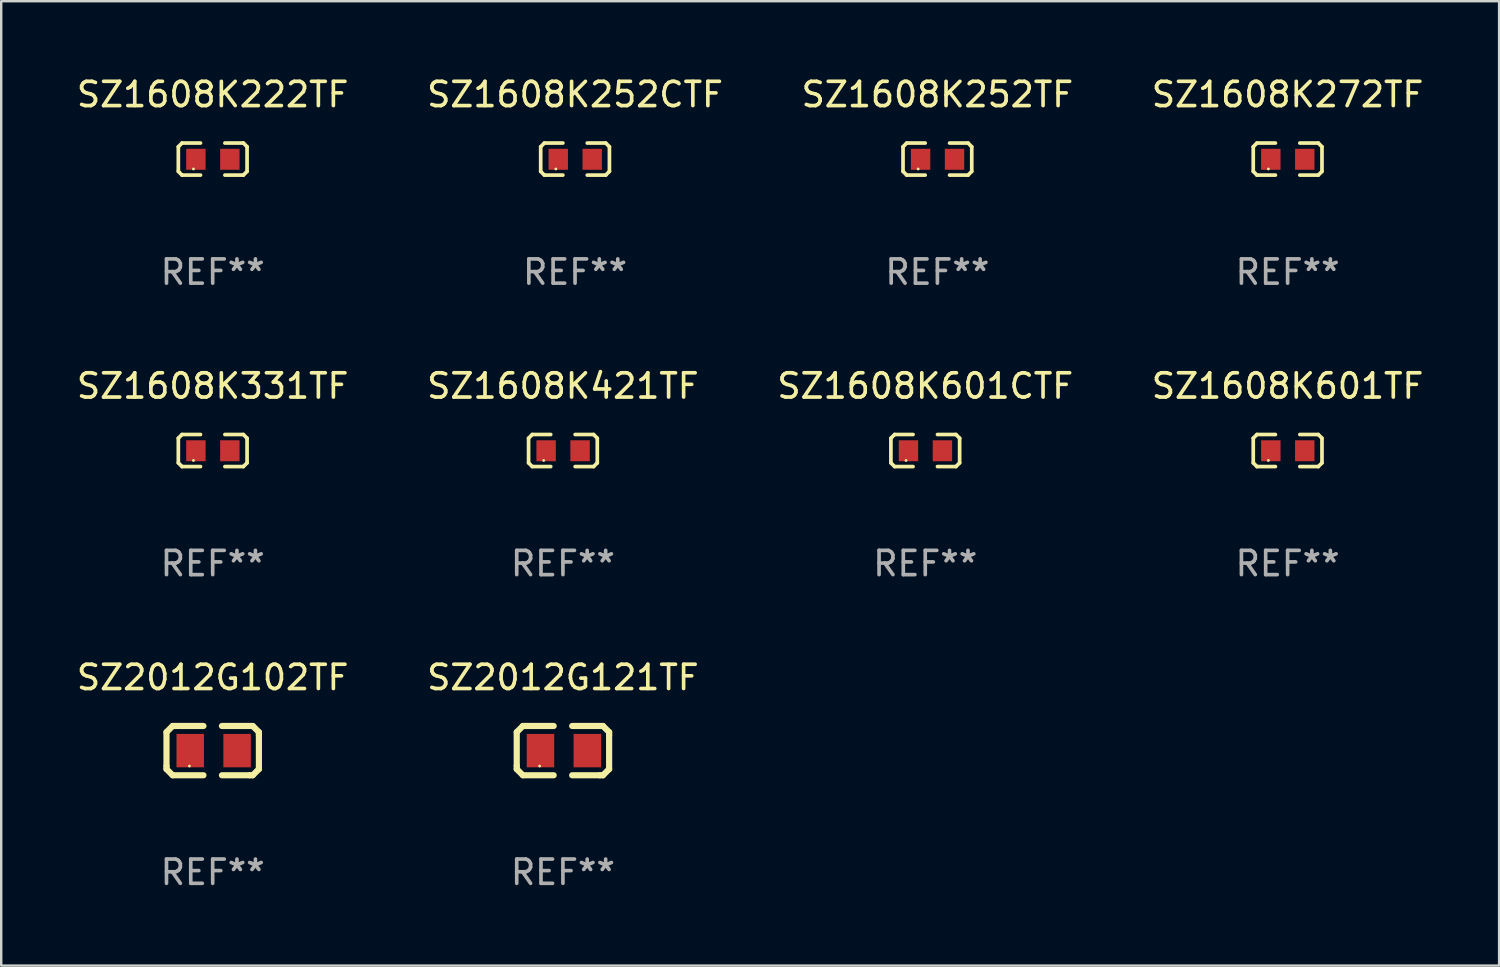
<source format=kicad_pcb>
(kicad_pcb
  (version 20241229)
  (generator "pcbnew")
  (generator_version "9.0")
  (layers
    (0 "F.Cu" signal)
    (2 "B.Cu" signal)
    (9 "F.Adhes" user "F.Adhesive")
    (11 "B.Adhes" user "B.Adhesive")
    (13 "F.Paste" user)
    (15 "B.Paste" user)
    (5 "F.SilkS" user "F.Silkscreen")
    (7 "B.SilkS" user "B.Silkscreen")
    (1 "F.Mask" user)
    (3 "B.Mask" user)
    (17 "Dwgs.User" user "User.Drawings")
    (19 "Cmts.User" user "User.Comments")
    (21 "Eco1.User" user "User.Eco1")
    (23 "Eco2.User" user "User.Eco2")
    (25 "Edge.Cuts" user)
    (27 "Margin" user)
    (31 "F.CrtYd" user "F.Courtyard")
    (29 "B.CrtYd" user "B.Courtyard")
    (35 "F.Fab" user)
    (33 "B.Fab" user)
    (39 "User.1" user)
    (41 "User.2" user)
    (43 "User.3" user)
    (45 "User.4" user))
  (footprint "SZ1608K222TF"
    (layer "F.Cu")
    (at 5.72 3.509)
    (property "Reference" "SZ1608K222TF" (at 0 -2.661 0) (layer "F.SilkS") (effects (font (size 1 1) (thickness 0.15))))
    (attr through_hole)
    (fp_line (start -1.417 -0.508) (end -1.265 -0.661) (stroke (width 0.152) (type solid)) (layer "F.SilkS"))
    (fp_line (start -1.417 0.508) (end -1.417 -0.508) (stroke (width 0.152) (type solid)) (layer "F.SilkS"))
    (fp_line (start -1.265 -0.661) (end -0.503 -0.661) (stroke (width 0.152) (type solid)) (layer "F.SilkS"))
    (fp_line (start -1.265 0.661) (end -1.417 0.508) (stroke (width 0.152) (type solid)) (layer "F.SilkS"))
    (fp_line (start -1.265 0.661) (end -0.503 0.661) (stroke (width 0.152) (type solid)) (layer "F.SilkS"))
    (fp_line (start 1.265 -0.661) (end 0.503 -0.661) (stroke (width 0.152) (type solid)) (layer "F.SilkS"))
    (fp_line (start 1.265 -0.661) (end 1.417 -0.508) (stroke (width 0.152) (type solid)) (layer "F.SilkS"))
    (fp_line (start 1.265 0.661) (end 0.503 0.661) (stroke (width 0.152) (type solid)) (layer "F.SilkS"))
    (fp_line (start 1.417 -0.508) (end 1.417 0.508) (stroke (width 0.152) (type solid)) (layer "F.SilkS"))
    (fp_line (start 1.417 0.508) (end 1.265 0.661) (stroke (width 0.152) (type solid)) (layer "F.SilkS"))
    (fp_circle (center -0.793 0.409) (end -0.763 0.409) (stroke (width 0.06) (type solid)) (fill no) (layer "F.SilkS"))
    (fp_text user "REF**" (at 0 4.661 0) (layer "F.Fab") (effects (font (size 1 1) (thickness 0.15))))
    (pad "1" smd rect (at -0.693 0.009 180) (size 0.8 0.864) (layers "F.Cu" "F.Mask" "F.Paste"))
    (pad "2" smd rect (at 0.707 0.009 180) (size 0.8 0.864) (layers "F.Cu" "F.Mask" "F.Paste")))
  (footprint "SZ1608K252TF"
    (layer "F.Cu")
    (at 35.601 3.509)
    (property "Reference" "SZ1608K252TF" (at 0 -2.661 0) (layer "F.SilkS") (effects (font (size 1 1) (thickness 0.15))))
    (attr through_hole)
    (fp_line (start -1.417 -0.508) (end -1.265 -0.661) (stroke (width 0.152) (type solid)) (layer "F.SilkS"))
    (fp_line (start -1.417 0.508) (end -1.417 -0.508) (stroke (width 0.152) (type solid)) (layer "F.SilkS"))
    (fp_line (start -1.265 -0.661) (end -0.503 -0.661) (stroke (width 0.152) (type solid)) (layer "F.SilkS"))
    (fp_line (start -1.265 0.661) (end -1.417 0.508) (stroke (width 0.152) (type solid)) (layer "F.SilkS"))
    (fp_line (start -1.265 0.661) (end -0.503 0.661) (stroke (width 0.152) (type solid)) (layer "F.SilkS"))
    (fp_line (start 1.265 -0.661) (end 0.503 -0.661) (stroke (width 0.152) (type solid)) (layer "F.SilkS"))
    (fp_line (start 1.265 -0.661) (end 1.417 -0.508) (stroke (width 0.152) (type solid)) (layer "F.SilkS"))
    (fp_line (start 1.265 0.661) (end 0.503 0.661) (stroke (width 0.152) (type solid)) (layer "F.SilkS"))
    (fp_line (start 1.417 -0.508) (end 1.417 0.508) (stroke (width 0.152) (type solid)) (layer "F.SilkS"))
    (fp_line (start 1.417 0.508) (end 1.265 0.661) (stroke (width 0.152) (type solid)) (layer "F.SilkS"))
    (fp_circle (center -0.793 0.409) (end -0.763 0.409) (stroke (width 0.06) (type solid)) (fill no) (layer "F.SilkS"))
    (fp_text user "REF**" (at 0 4.661 0) (layer "F.Fab") (effects (font (size 1 1) (thickness 0.15))))
    (pad "1" smd rect (at -0.693 0.009 180) (size 0.8 0.864) (layers "F.Cu" "F.Mask" "F.Paste"))
    (pad "2" smd rect (at 0.707 0.009 180) (size 0.8 0.864) (layers "F.Cu" "F.Mask" "F.Paste")))
  (footprint "SZ2012G102TF"
    (layer "F.Cu")
    (at 5.72 27.9)
    (property "Reference" "SZ2012G102TF" (at 0 -3.016 0) (layer "F.SilkS") (effects (font (size 1 1) (thickness 0.15))))
    (attr through_hole)
    (fp_line (start -1.905 -0.762) (end -1.905 0.635) (stroke (width 0.254) (type solid)) (layer "F.SilkS"))
    (fp_line (start -1.905 0.635) (end -1.905 0.762) (stroke (width 0.254) (type solid)) (layer "F.SilkS"))
    (fp_line (start -1.905 0.762) (end -1.651 1.016) (stroke (width 0.254) (type solid)) (layer "F.SilkS"))
    (fp_line (start -1.651 -1.016) (end -1.905 -0.762) (stroke (width 0.254) (type solid)) (layer "F.SilkS"))
    (fp_line (start -1.651 1.016) (end -0.381 1.016) (stroke (width 0.254) (type solid)) (layer "F.SilkS"))
    (fp_line (start -1.524 -1.016) (end -1.651 -1.016) (stroke (width 0.254) (type solid)) (layer "F.SilkS"))
    (fp_line (start -0.381 -1.016) (end -1.524 -1.016) (stroke (width 0.254) (type solid)) (layer "F.SilkS"))
    (fp_line (start 0.381 1.016) (end 1.524 1.016) (stroke (width 0.254) (type solid)) (layer "F.SilkS"))
    (fp_line (start 1.524 1.016) (end 1.651 1.016) (stroke (width 0.254) (type solid)) (layer "F.SilkS"))
    (fp_line (start 1.651 -1.016) (end 0.381 -1.016) (stroke (width 0.254) (type solid)) (layer "F.SilkS"))
    (fp_line (start 1.651 1.016) (end 1.905 0.762) (stroke (width 0.254) (type solid)) (layer "F.SilkS"))
    (fp_line (start 1.905 -0.762) (end 1.651 -1.016) (stroke (width 0.254) (type solid)) (layer "F.SilkS"))
    (fp_line (start 1.905 -0.635) (end 1.905 -0.762) (stroke (width 0.254) (type solid)) (layer "F.SilkS"))
    (fp_line (start 1.905 0.762) (end 1.905 -0.635) (stroke (width 0.254) (type solid)) (layer "F.SilkS"))
    (fp_circle (center -0.96 0.637) (end -0.93 0.637) (stroke (width 0.06) (type solid)) (fill no) (layer "F.SilkS"))
    (fp_text user "REF**" (at 0 5.016 0) (layer "F.Fab") (effects (font (size 1 1) (thickness 0.15))))
    (pad "1" smd rect (at -0.926 -0.000051) (size 1.133 1.377) (layers "F.Cu" "F.Mask" "F.Paste"))
    (pad "2" smd rect (at 1.006 -0.000051) (size 1.133 1.377) (layers "F.Cu" "F.Mask" "F.Paste")))
  (footprint "SZ1608K272TF"
    (layer "F.Cu")
    (at 50.042 3.509)
    (property "Reference" "SZ1608K272TF" (at 0 -2.661 0) (layer "F.SilkS") (effects (font (size 1 1) (thickness 0.15))))
    (attr through_hole)
    (fp_line (start -1.417 -0.508) (end -1.265 -0.661) (stroke (width 0.152) (type solid)) (layer "F.SilkS"))
    (fp_line (start -1.417 0.508) (end -1.417 -0.508) (stroke (width 0.152) (type solid)) (layer "F.SilkS"))
    (fp_line (start -1.265 -0.661) (end -0.503 -0.661) (stroke (width 0.152) (type solid)) (layer "F.SilkS"))
    (fp_line (start -1.265 0.661) (end -1.417 0.508) (stroke (width 0.152) (type solid)) (layer "F.SilkS"))
    (fp_line (start -1.265 0.661) (end -0.503 0.661) (stroke (width 0.152) (type solid)) (layer "F.SilkS"))
    (fp_line (start 1.265 -0.661) (end 0.503 -0.661) (stroke (width 0.152) (type solid)) (layer "F.SilkS"))
    (fp_line (start 1.265 -0.661) (end 1.417 -0.508) (stroke (width 0.152) (type solid)) (layer "F.SilkS"))
    (fp_line (start 1.265 0.661) (end 0.503 0.661) (stroke (width 0.152) (type solid)) (layer "F.SilkS"))
    (fp_line (start 1.417 -0.508) (end 1.417 0.508) (stroke (width 0.152) (type solid)) (layer "F.SilkS"))
    (fp_line (start 1.417 0.508) (end 1.265 0.661) (stroke (width 0.152) (type solid)) (layer "F.SilkS"))
    (fp_circle (center -0.793 0.409) (end -0.763 0.409) (stroke (width 0.06) (type solid)) (fill no) (layer "F.SilkS"))
    (fp_text user "REF**" (at 0 4.661 0) (layer "F.Fab") (effects (font (size 1 1) (thickness 0.15))))
    (pad "1" smd rect (at -0.693 0.009 180) (size 0.8 0.864) (layers "F.Cu" "F.Mask" "F.Paste"))
    (pad "2" smd rect (at 0.707 0.009 180) (size 0.8 0.864) (layers "F.Cu" "F.Mask" "F.Paste")))
  (footprint "SZ2012G121TF"
    (layer "F.Cu")
    (at 20.161 27.9)
    (property "Reference" "SZ2012G121TF" (at 0 -3.016 0) (layer "F.SilkS") (effects (font (size 1 1) (thickness 0.15))))
    (attr through_hole)
    (fp_line (start -1.905 -0.762) (end -1.905 0.635) (stroke (width 0.254) (type solid)) (layer "F.SilkS"))
    (fp_line (start -1.905 0.635) (end -1.905 0.762) (stroke (width 0.254) (type solid)) (layer "F.SilkS"))
    (fp_line (start -1.905 0.762) (end -1.651 1.016) (stroke (width 0.254) (type solid)) (layer "F.SilkS"))
    (fp_line (start -1.651 -1.016) (end -1.905 -0.762) (stroke (width 0.254) (type solid)) (layer "F.SilkS"))
    (fp_line (start -1.651 1.016) (end -0.381 1.016) (stroke (width 0.254) (type solid)) (layer "F.SilkS"))
    (fp_line (start -1.524 -1.016) (end -1.651 -1.016) (stroke (width 0.254) (type solid)) (layer "F.SilkS"))
    (fp_line (start -0.381 -1.016) (end -1.524 -1.016) (stroke (width 0.254) (type solid)) (layer "F.SilkS"))
    (fp_line (start 0.381 1.016) (end 1.524 1.016) (stroke (width 0.254) (type solid)) (layer "F.SilkS"))
    (fp_line (start 1.524 1.016) (end 1.651 1.016) (stroke (width 0.254) (type solid)) (layer "F.SilkS"))
    (fp_line (start 1.651 -1.016) (end 0.381 -1.016) (stroke (width 0.254) (type solid)) (layer "F.SilkS"))
    (fp_line (start 1.651 1.016) (end 1.905 0.762) (stroke (width 0.254) (type solid)) (layer "F.SilkS"))
    (fp_line (start 1.905 -0.762) (end 1.651 -1.016) (stroke (width 0.254) (type solid)) (layer "F.SilkS"))
    (fp_line (start 1.905 -0.635) (end 1.905 -0.762) (stroke (width 0.254) (type solid)) (layer "F.SilkS"))
    (fp_line (start 1.905 0.762) (end 1.905 -0.635) (stroke (width 0.254) (type solid)) (layer "F.SilkS"))
    (fp_circle (center -0.96 0.637) (end -0.93 0.637) (stroke (width 0.06) (type solid)) (fill no) (layer "F.SilkS"))
    (fp_text user "REF**" (at 0 5.016 0) (layer "F.Fab") (effects (font (size 1 1) (thickness 0.15))))
    (pad "1" smd rect (at -0.926 -0.000051) (size 1.133 1.377) (layers "F.Cu" "F.Mask" "F.Paste"))
    (pad "2" smd rect (at 1.006 -0.000051) (size 1.133 1.377) (layers "F.Cu" "F.Mask" "F.Paste")))
  (footprint "SZ1608K601TF"
    (layer "F.Cu")
    (at 50.042 15.527)
    (property "Reference" "SZ1608K601TF" (at 0 -2.661 0) (layer "F.SilkS") (effects (font (size 1 1) (thickness 0.15))))
    (attr through_hole)
    (fp_line (start -1.417 -0.508) (end -1.265 -0.661) (stroke (width 0.152) (type solid)) (layer "F.SilkS"))
    (fp_line (start -1.417 0.508) (end -1.417 -0.508) (stroke (width 0.152) (type solid)) (layer "F.SilkS"))
    (fp_line (start -1.265 -0.661) (end -0.503 -0.661) (stroke (width 0.152) (type solid)) (layer "F.SilkS"))
    (fp_line (start -1.265 0.661) (end -1.417 0.508) (stroke (width 0.152) (type solid)) (layer "F.SilkS"))
    (fp_line (start -1.265 0.661) (end -0.503 0.661) (stroke (width 0.152) (type solid)) (layer "F.SilkS"))
    (fp_line (start 1.265 -0.661) (end 0.503 -0.661) (stroke (width 0.152) (type solid)) (layer "F.SilkS"))
    (fp_line (start 1.265 -0.661) (end 1.417 -0.508) (stroke (width 0.152) (type solid)) (layer "F.SilkS"))
    (fp_line (start 1.265 0.661) (end 0.503 0.661) (stroke (width 0.152) (type solid)) (layer "F.SilkS"))
    (fp_line (start 1.417 -0.508) (end 1.417 0.508) (stroke (width 0.152) (type solid)) (layer "F.SilkS"))
    (fp_line (start 1.417 0.508) (end 1.265 0.661) (stroke (width 0.152) (type solid)) (layer "F.SilkS"))
    (fp_circle (center -0.793 0.409) (end -0.763 0.409) (stroke (width 0.06) (type solid)) (fill no) (layer "F.SilkS"))
    (fp_text user "REF**" (at 0 4.661 0) (layer "F.Fab") (effects (font (size 1 1) (thickness 0.15))))
    (pad "1" smd rect (at -0.693 0.009 180) (size 0.8 0.864) (layers "F.Cu" "F.Mask" "F.Paste"))
    (pad "2" smd rect (at 0.707 0.009 180) (size 0.8 0.864) (layers "F.Cu" "F.Mask" "F.Paste")))
  (footprint "SZ1608K421TF"
    (layer "F.Cu")
    (at 20.161 15.527)
    (property "Reference" "SZ1608K421TF" (at 0 -2.661 0) (layer "F.SilkS") (effects (font (size 1 1) (thickness 0.15))))
    (attr through_hole)
    (fp_line (start -1.417 -0.508) (end -1.265 -0.661) (stroke (width 0.152) (type solid)) (layer "F.SilkS"))
    (fp_line (start -1.417 0.508) (end -1.417 -0.508) (stroke (width 0.152) (type solid)) (layer "F.SilkS"))
    (fp_line (start -1.265 -0.661) (end -0.503 -0.661) (stroke (width 0.152) (type solid)) (layer "F.SilkS"))
    (fp_line (start -1.265 0.661) (end -1.417 0.508) (stroke (width 0.152) (type solid)) (layer "F.SilkS"))
    (fp_line (start -1.265 0.661) (end -0.503 0.661) (stroke (width 0.152) (type solid)) (layer "F.SilkS"))
    (fp_line (start 1.265 -0.661) (end 0.503 -0.661) (stroke (width 0.152) (type solid)) (layer "F.SilkS"))
    (fp_line (start 1.265 -0.661) (end 1.417 -0.508) (stroke (width 0.152) (type solid)) (layer "F.SilkS"))
    (fp_line (start 1.265 0.661) (end 0.503 0.661) (stroke (width 0.152) (type solid)) (layer "F.SilkS"))
    (fp_line (start 1.417 -0.508) (end 1.417 0.508) (stroke (width 0.152) (type solid)) (layer "F.SilkS"))
    (fp_line (start 1.417 0.508) (end 1.265 0.661) (stroke (width 0.152) (type solid)) (layer "F.SilkS"))
    (fp_circle (center -0.793 0.409) (end -0.763 0.409) (stroke (width 0.06) (type solid)) (fill no) (layer "F.SilkS"))
    (fp_text user "REF**" (at 0 4.661 0) (layer "F.Fab") (effects (font (size 1 1) (thickness 0.15))))
    (pad "1" smd rect (at -0.693 0.009 180) (size 0.8 0.864) (layers "F.Cu" "F.Mask" "F.Paste"))
    (pad "2" smd rect (at 0.707 0.009 180) (size 0.8 0.864) (layers "F.Cu" "F.Mask" "F.Paste")))
  (footprint "SZ1608K601CTF"
    (layer "F.Cu")
    (at 35.101 15.527)
    (property "Reference" "SZ1608K601CTF" (at 0 -2.661 0) (layer "F.SilkS") (effects (font (size 1 1) (thickness 0.15))))
    (attr through_hole)
    (fp_line (start -1.417 -0.508) (end -1.265 -0.661) (stroke (width 0.152) (type solid)) (layer "F.SilkS"))
    (fp_line (start -1.417 0.508) (end -1.417 -0.508) (stroke (width 0.152) (type solid)) (layer "F.SilkS"))
    (fp_line (start -1.265 -0.661) (end -0.503 -0.661) (stroke (width 0.152) (type solid)) (layer "F.SilkS"))
    (fp_line (start -1.265 0.661) (end -1.417 0.508) (stroke (width 0.152) (type solid)) (layer "F.SilkS"))
    (fp_line (start -1.265 0.661) (end -0.503 0.661) (stroke (width 0.152) (type solid)) (layer "F.SilkS"))
    (fp_line (start 1.265 -0.661) (end 0.503 -0.661) (stroke (width 0.152) (type solid)) (layer "F.SilkS"))
    (fp_line (start 1.265 -0.661) (end 1.417 -0.508) (stroke (width 0.152) (type solid)) (layer "F.SilkS"))
    (fp_line (start 1.265 0.661) (end 0.503 0.661) (stroke (width 0.152) (type solid)) (layer "F.SilkS"))
    (fp_line (start 1.417 -0.508) (end 1.417 0.508) (stroke (width 0.152) (type solid)) (layer "F.SilkS"))
    (fp_line (start 1.417 0.508) (end 1.265 0.661) (stroke (width 0.152) (type solid)) (layer "F.SilkS"))
    (fp_circle (center -0.793 0.409) (end -0.763 0.409) (stroke (width 0.06) (type solid)) (fill no) (layer "F.SilkS"))
    (fp_text user "REF**" (at 0 4.661 0) (layer "F.Fab") (effects (font (size 1 1) (thickness 0.15))))
    (pad "1" smd rect (at -0.693 0.009 180) (size 0.8 0.864) (layers "F.Cu" "F.Mask" "F.Paste"))
    (pad "2" smd rect (at 0.707 0.009 180) (size 0.8 0.864) (layers "F.Cu" "F.Mask" "F.Paste")))
  (footprint "SZ1608K252CTF"
    (layer "F.Cu")
    (at 20.661 3.509)
    (property "Reference" "SZ1608K252CTF" (at 0 -2.661 0) (layer "F.SilkS") (effects (font (size 1 1) (thickness 0.15))))
    (attr through_hole)
    (fp_line (start -1.417 -0.508) (end -1.265 -0.661) (stroke (width 0.152) (type solid)) (layer "F.SilkS"))
    (fp_line (start -1.417 0.508) (end -1.417 -0.508) (stroke (width 0.152) (type solid)) (layer "F.SilkS"))
    (fp_line (start -1.265 -0.661) (end -0.503 -0.661) (stroke (width 0.152) (type solid)) (layer "F.SilkS"))
    (fp_line (start -1.265 0.661) (end -1.417 0.508) (stroke (width 0.152) (type solid)) (layer "F.SilkS"))
    (fp_line (start -1.265 0.661) (end -0.503 0.661) (stroke (width 0.152) (type solid)) (layer "F.SilkS"))
    (fp_line (start 1.265 -0.661) (end 0.503 -0.661) (stroke (width 0.152) (type solid)) (layer "F.SilkS"))
    (fp_line (start 1.265 -0.661) (end 1.417 -0.508) (stroke (width 0.152) (type solid)) (layer "F.SilkS"))
    (fp_line (start 1.265 0.661) (end 0.503 0.661) (stroke (width 0.152) (type solid)) (layer "F.SilkS"))
    (fp_line (start 1.417 -0.508) (end 1.417 0.508) (stroke (width 0.152) (type solid)) (layer "F.SilkS"))
    (fp_line (start 1.417 0.508) (end 1.265 0.661) (stroke (width 0.152) (type solid)) (layer "F.SilkS"))
    (fp_circle (center -0.793 0.409) (end -0.763 0.409) (stroke (width 0.06) (type solid)) (fill no) (layer "F.SilkS"))
    (fp_text user "REF**" (at 0 4.661 0) (layer "F.Fab") (effects (font (size 1 1) (thickness 0.15))))
    (pad "1" smd rect (at -0.693 0.009 180) (size 0.8 0.864) (layers "F.Cu" "F.Mask" "F.Paste"))
    (pad "2" smd rect (at 0.707 0.009 180) (size 0.8 0.864) (layers "F.Cu" "F.Mask" "F.Paste")))
  (footprint "SZ1608K331TF"
    (layer "F.Cu")
    (at 5.72 15.527)
    (property "Reference" "SZ1608K331TF" (at 0 -2.661 0) (layer "F.SilkS") (effects (font (size 1 1) (thickness 0.15))))
    (attr through_hole)
    (fp_line (start -1.417 -0.508) (end -1.265 -0.661) (stroke (width 0.152) (type solid)) (layer "F.SilkS"))
    (fp_line (start -1.417 0.508) (end -1.417 -0.508) (stroke (width 0.152) (type solid)) (layer "F.SilkS"))
    (fp_line (start -1.265 -0.661) (end -0.503 -0.661) (stroke (width 0.152) (type solid)) (layer "F.SilkS"))
    (fp_line (start -1.265 0.661) (end -1.417 0.508) (stroke (width 0.152) (type solid)) (layer "F.SilkS"))
    (fp_line (start -1.265 0.661) (end -0.503 0.661) (stroke (width 0.152) (type solid)) (layer "F.SilkS"))
    (fp_line (start 1.265 -0.661) (end 0.503 -0.661) (stroke (width 0.152) (type solid)) (layer "F.SilkS"))
    (fp_line (start 1.265 -0.661) (end 1.417 -0.508) (stroke (width 0.152) (type solid)) (layer "F.SilkS"))
    (fp_line (start 1.265 0.661) (end 0.503 0.661) (stroke (width 0.152) (type solid)) (layer "F.SilkS"))
    (fp_line (start 1.417 -0.508) (end 1.417 0.508) (stroke (width 0.152) (type solid)) (layer "F.SilkS"))
    (fp_line (start 1.417 0.508) (end 1.265 0.661) (stroke (width 0.152) (type solid)) (layer "F.SilkS"))
    (fp_circle (center -0.793 0.409) (end -0.763 0.409) (stroke (width 0.06) (type solid)) (fill no) (layer "F.SilkS"))
    (fp_text user "REF**" (at 0 4.661 0) (layer "F.Fab") (effects (font (size 1 1) (thickness 0.15))))
    (pad "1" smd rect (at -0.693 0.009 180) (size 0.8 0.864) (layers "F.Cu" "F.Mask" "F.Paste"))
    (pad "2" smd rect (at 0.707 0.009 180) (size 0.8 0.864) (layers "F.Cu" "F.Mask" "F.Paste")))
  (gr_rect
    (start -3 -3)
    (end 58.762 36.764)
    (stroke (width 0.1) (type default))
    (fill no)
    (layer "Edge.Cuts")))
</source>
